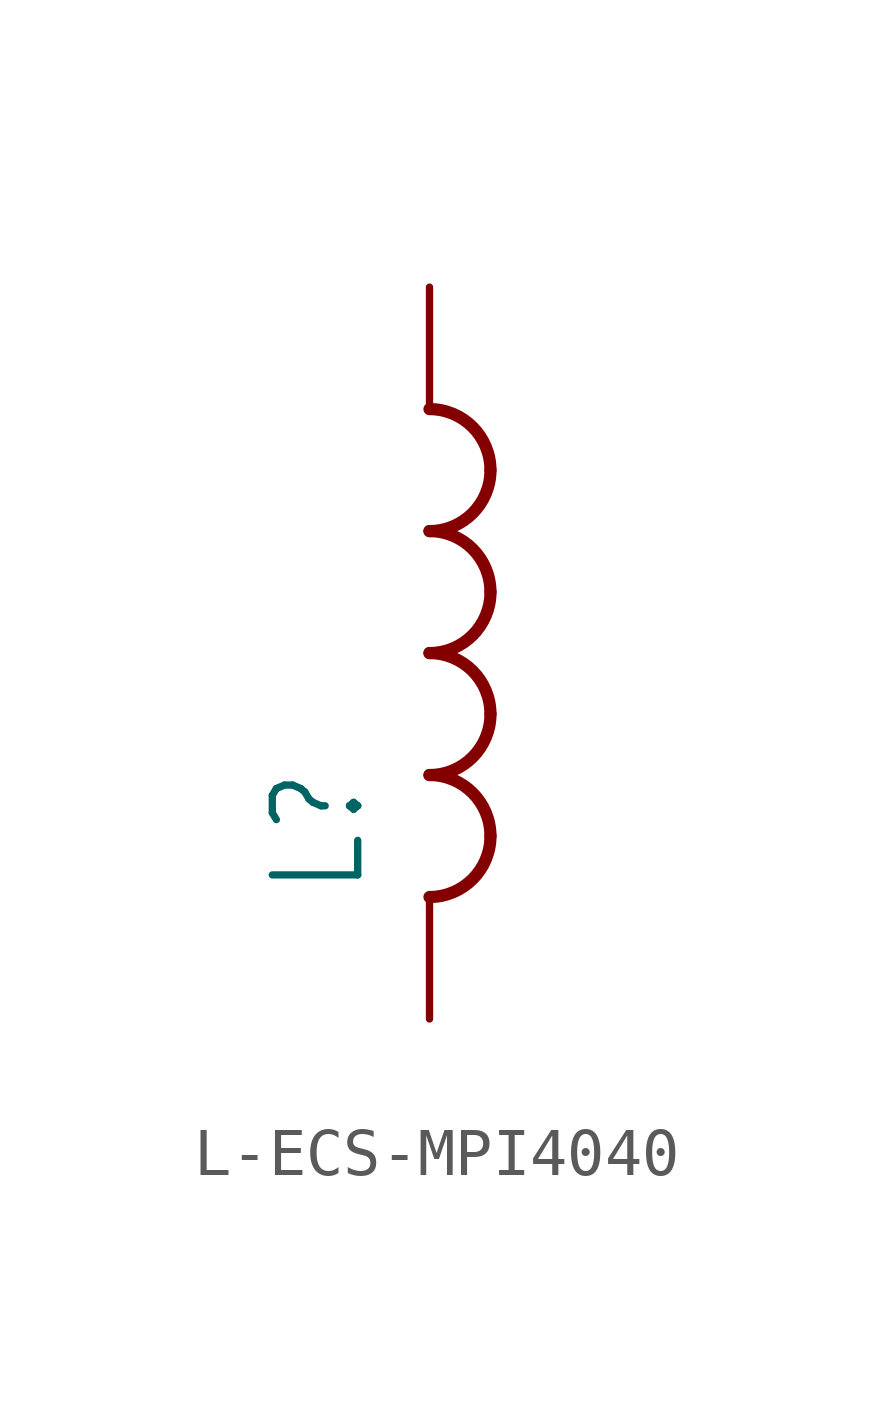
<source format=kicad_sym>
(kicad_symbol_lib
  (version 20220914)
  (generator kicad_symbol_editor)
  (symbol "L-ECS-MPI4040"
    (property "Reference" "L"
      (at -1.27 -5.08 90)
      (effects (font (size 1.778 1.511)) (justify left bottom)))
    (property "Value" ""
      (at 3.81 -5.08 90)
      (effects (font (size 1.778 1.511)) (justify left bottom)))
    (property "ki_locked" ""
      (at 0 0 0)
      (effects (font (size 1.27 1.27))))
    (symbol "L-ECS-MPI4040_1_0"
      (arc (start 0 -5.08) (mid 0.898 -4.708) (end 1.27 -3.81) (stroke (width 0.254) (type solid)) (fill (type none)))
      (arc (start 0 -2.54) (mid 0.898 -2.168) (end 1.27 -1.27) (stroke (width 0.254) (type solid)) (fill (type none)))
      (arc (start 0 0) (mid 0.898 0.372) (end 1.27 1.27) (stroke (width 0.254) (type solid)) (fill (type none)))
      (arc (start 0 2.54) (mid 0.898 2.912) (end 1.27 3.81) (stroke (width 0.254) (type solid)) (fill (type none)))
      (arc (start 1.27 -3.81) (mid 0.898 -2.912) (end 0 -2.54) (stroke (width 0.254) (type solid)) (fill (type none)))
      (arc (start 1.27 -1.27) (mid 0.898 -0.372) (end 0 0) (stroke (width 0.254) (type solid)) (fill (type none)))
      (arc (start 1.27 1.27) (mid 0.898 2.168) (end 0 2.54) (stroke (width 0.254) (type solid)) (fill (type none)))
      (arc (start 1.27 3.81) (mid 0.898 4.708) (end 0 5.08) (stroke (width 0.254) (type solid)) (fill (type none)))
      (pin passive line (at 0 7.62 270) (length 2.54) (name "1" (effects (font (size 0 0)))) (number "1" (effects (font (size 0 0)))))
      (pin passive line (at 0 -7.62 90) (length 2.54) (name "2" (effects (font (size 0 0)))) (number "2" (effects (font (size 0 0))))))))
</source>
